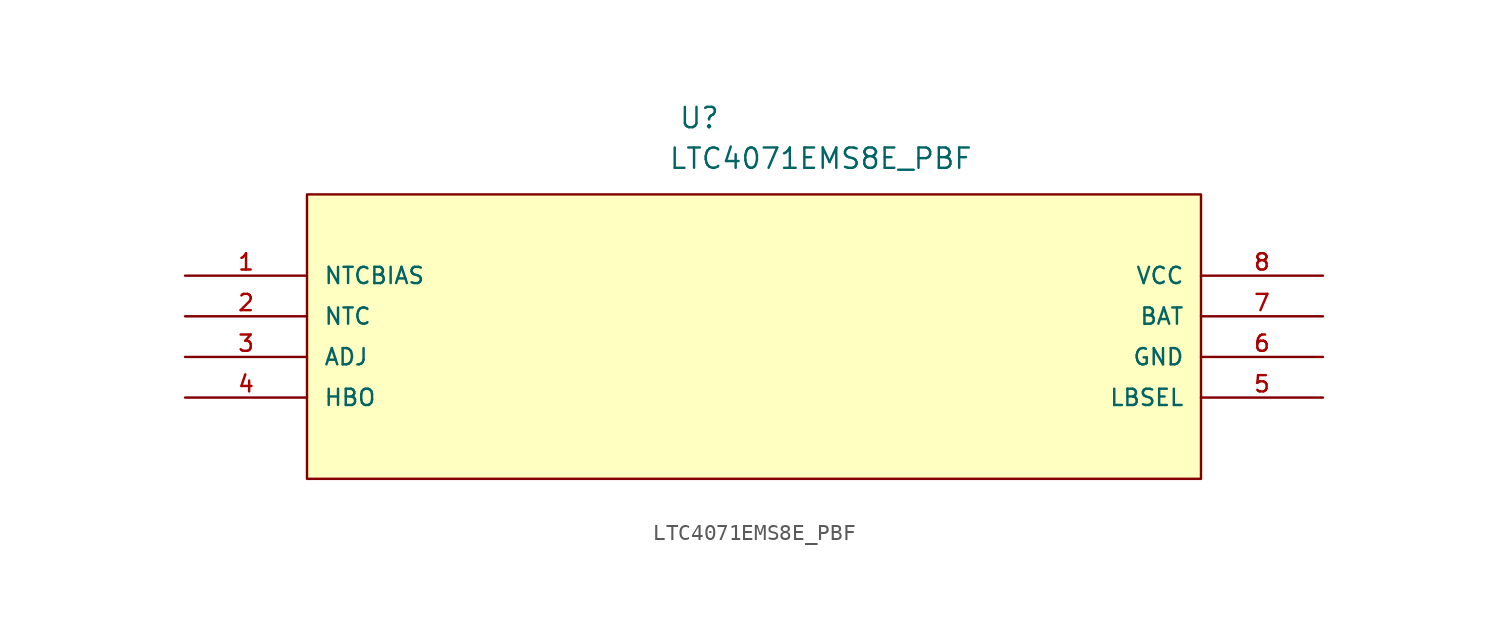
<source format=kicad_sym>
(kicad_symbol_lib
  (version 20211014)
  (generator kicad_symbol_editor)
  (symbol "LTC4071EMS8E_PBF"
    (pin_names
      (offset 1.016))
    (property "Reference" "U"
      (at 30.836 9.119 0.0)
      (effects (font (size 1.27 1.27)) (justify bottom left)))
    (property "Value" "LTC4071EMS8E_PBF"
      (at 30.201 6.579 0.0)
      (effects (font (size 1.27 1.27)) (justify bottom left)))
    (symbol "LTC4071EMS8E_PBF_0_0"
      (rectangle (start 7.62 -12.7) (end 63.5 5.08) (stroke (width 0.152)) (fill (type background)))
      (pin passive line (at 0.0 0.0 0) (length 7.62) (name "NTCBIAS" (effects (font (size 1.016 1.016)))) (number "1" (effects (font (size 1.016 1.016)))))
      (pin input line (at 0.0 -2.54 0) (length 7.62) (name "NTC" (effects (font (size 1.016 1.016)))) (number "2" (effects (font (size 1.016 1.016)))))
      (pin passive line (at 0.0 -5.08 0) (length 7.62) (name "ADJ" (effects (font (size 1.016 1.016)))) (number "3" (effects (font (size 1.016 1.016)))))
      (pin output line (at 0.0 -7.62 0) (length 7.62) (name "HBO" (effects (font (size 1.016 1.016)))) (number "4" (effects (font (size 1.016 1.016)))))
      (pin passive line (at 71.12 -7.62 180.0) (length 7.62) (name "LBSEL" (effects (font (size 1.016 1.016)))) (number "5" (effects (font (size 1.016 1.016)))))
      (pin power_in line (at 71.12 -5.08 180.0) (length 7.62) (name "GND" (effects (font (size 1.016 1.016)))) (number "6" (effects (font (size 1.016 1.016)))))
      (pin passive line (at 71.12 -2.54 180.0) (length 7.62) (name "BAT" (effects (font (size 1.016 1.016)))) (number "7" (effects (font (size 1.016 1.016)))))
      (pin power_in line (at 71.12 0.0 180.0) (length 7.62) (name "VCC" (effects (font (size 1.016 1.016)))) (number "8" (effects (font (size 1.016 1.016))))))))
</source>
